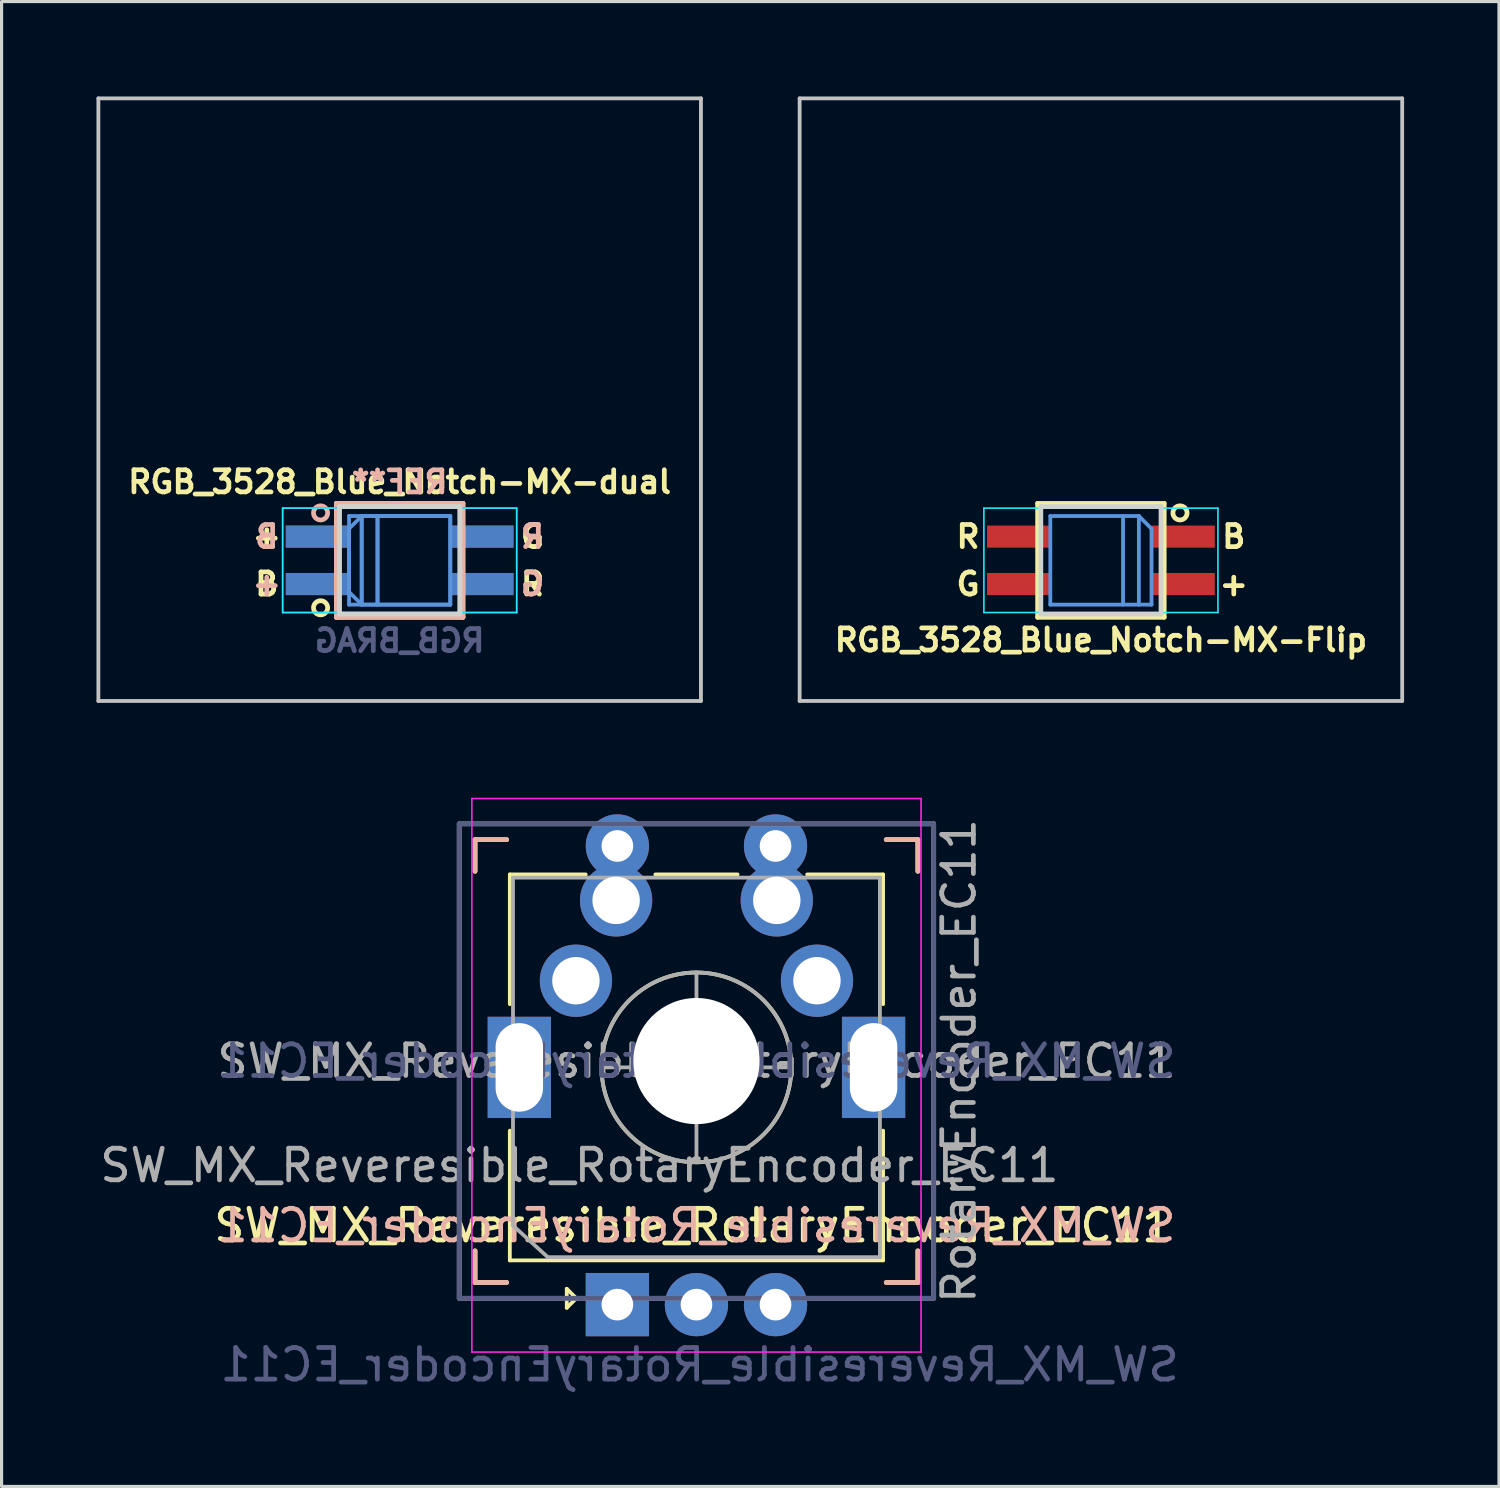
<source format=kicad_pcb>
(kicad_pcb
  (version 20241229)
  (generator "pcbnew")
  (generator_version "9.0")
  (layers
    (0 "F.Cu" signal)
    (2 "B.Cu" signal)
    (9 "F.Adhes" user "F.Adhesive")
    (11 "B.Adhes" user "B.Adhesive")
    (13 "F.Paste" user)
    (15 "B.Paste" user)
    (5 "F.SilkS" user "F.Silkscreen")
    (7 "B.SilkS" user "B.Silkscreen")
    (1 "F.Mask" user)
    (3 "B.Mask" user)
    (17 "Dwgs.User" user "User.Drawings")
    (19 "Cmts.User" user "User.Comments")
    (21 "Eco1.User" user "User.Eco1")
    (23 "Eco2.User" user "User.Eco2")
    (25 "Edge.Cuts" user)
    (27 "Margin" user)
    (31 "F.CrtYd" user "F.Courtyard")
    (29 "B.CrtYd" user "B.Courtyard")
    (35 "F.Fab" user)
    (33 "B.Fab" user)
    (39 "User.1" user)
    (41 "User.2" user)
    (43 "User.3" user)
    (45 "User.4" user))
  (footprint "SW_MX_Reveresible_RotaryEncoder_EC11"
    (layer "F.Cu")
    (at 18.968 30.495)
    (property "Reference" "SW_MX_Reveresible_RotaryEncoder_EC11" (at -0.1 5.2 0) (layer "F.SilkS") (effects (font (size 1 1) (thickness 0.15))))
    (property "Value" "SW_MX_Reveresible_RotaryEncoder_EC11" (at 0 9.6 0) (layer "F.Fab") (hide yes) (effects (font (size 1 1) (thickness 0.15))))
    (attr through_hole)
    (fp_line (start -7 -7) (end -6 -7) (stroke (width 0.15) (type solid)) (layer "F.SilkS"))
    (fp_line (start -7 -6) (end -7 -7) (stroke (width 0.15) (type solid)) (layer "F.SilkS"))
    (fp_line (start -7 7) (end -7 6) (stroke (width 0.15) (type solid)) (layer "F.SilkS"))
    (fp_line (start -6 7) (end -7 7) (stroke (width 0.15) (type solid)) (layer "F.SilkS"))
    (fp_line (start -5.9 -5.9) (end -3.5 -5.9) (stroke (width 0.12) (type solid)) (layer "F.SilkS"))
    (fp_line (start -5.9 -1.8) (end -5.9 -5.9) (stroke (width 0.12) (type solid)) (layer "F.SilkS"))
    (fp_line (start -5.9 2.2) (end -5.9 6.3) (stroke (width 0.12) (type solid)) (layer "F.SilkS"))
    (fp_line (start -5.9 6.3) (end 5.9 6.3) (stroke (width 0.12) (type solid)) (layer "F.SilkS"))
    (fp_line (start -4.1 7.2) (end -3.8 7.5) (stroke (width 0.12) (type solid)) (layer "F.SilkS"))
    (fp_line (start -4.1 7.8) (end -4.1 7.2) (stroke (width 0.12) (type solid)) (layer "F.SilkS"))
    (fp_line (start -3.8 7.5) (end -4.1 7.8) (stroke (width 0.12) (type solid)) (layer "F.SilkS"))
    (fp_line (start -1.3 -5.9) (end 1.3 -5.9) (stroke (width 0.12) (type solid)) (layer "F.SilkS"))
    (fp_line (start -0.5 0.2) (end 0.5 0.2) (stroke (width 0.12) (type solid)) (layer "F.SilkS"))
    (fp_line (start 0 0.7) (end 0 -0.3) (stroke (width 0.12) (type solid)) (layer "F.SilkS"))
    (fp_line (start 3.5 -5.9) (end 5.9 -5.9) (stroke (width 0.12) (type solid)) (layer "F.SilkS"))
    (fp_line (start 5.9 -5.9) (end 5.9 -1.8) (stroke (width 0.12) (type solid)) (layer "F.SilkS"))
    (fp_line (start 5.9 2.2) (end 5.9 6.3) (stroke (width 0.12) (type solid)) (layer "F.SilkS"))
    (fp_line (start 6 -7) (end 7 -7) (stroke (width 0.15) (type solid)) (layer "F.SilkS"))
    (fp_line (start 7 -7) (end 7 -6) (stroke (width 0.15) (type solid)) (layer "F.SilkS"))
    (fp_line (start 7 6) (end 7 7) (stroke (width 0.15) (type solid)) (layer "F.SilkS"))
    (fp_line (start 7 7) (end 6 7) (stroke (width 0.15) (type solid)) (layer "F.SilkS"))
    (fp_circle (center 0 0.2) (end 0 -2.8) (stroke (width 0.12) (type solid)) (fill no) (layer "F.SilkS"))
    (fp_line (start -7 -7) (end -6 -7) (stroke (width 0.15) (type solid)) (layer "B.SilkS"))
    (fp_line (start -7 -6) (end -7 -7) (stroke (width 0.15) (type solid)) (layer "B.SilkS"))
    (fp_line (start -7 7) (end -7 6) (stroke (width 0.15) (type solid)) (layer "B.SilkS"))
    (fp_line (start -6 7) (end -7 7) (stroke (width 0.15) (type solid)) (layer "B.SilkS"))
    (fp_line (start 6 -7) (end 7 -7) (stroke (width 0.15) (type solid)) (layer "B.SilkS"))
    (fp_line (start 7 -7) (end 7 -6) (stroke (width 0.15) (type solid)) (layer "B.SilkS"))
    (fp_line (start 7 6) (end 7 7) (stroke (width 0.15) (type solid)) (layer "B.SilkS"))
    (fp_line (start 7 7) (end 6 7) (stroke (width 0.15) (type solid)) (layer "B.SilkS"))
    (fp_line (start -6.9 6.9) (end -6.9 -6.9) (stroke (width 0.15) (type solid)) (layer "Eco2.User"))
    (fp_line (start -6.9 6.9) (end 6.9 6.9) (stroke (width 0.15) (type solid)) (layer "Eco2.User"))
    (fp_line (start 6.9 -6.9) (end -6.9 -6.9) (stroke (width 0.15) (type solid)) (layer "Eco2.User"))
    (fp_line (start 6.9 -6.9) (end 6.9 6.9) (stroke (width 0.15) (type solid)) (layer "Eco2.User"))
    (fp_line (start -7.1 9.2) (end -7.1 -8.3) (stroke (width 0.05) (type solid)) (layer "F.CrtYd"))
    (fp_line (start -7.1 9.2) (end 7.1 9.2) (stroke (width 0.05) (type solid)) (layer "F.CrtYd"))
    (fp_line (start 7.1 -8.3) (end -7.1 -8.3) (stroke (width 0.05) (type solid)) (layer "F.CrtYd"))
    (fp_line (start 7.1 -8.3) (end 7.1 9.2) (stroke (width 0.05) (type solid)) (layer "F.CrtYd"))
    (fp_line (start -7.5 -7.5) (end 7.5 -7.5) (stroke (width 0.15) (type solid)) (layer "B.Fab"))
    (fp_line (start -7.5 7.5) (end -7.5 -7.5) (stroke (width 0.15) (type solid)) (layer "B.Fab"))
    (fp_line (start 7.5 -7.5) (end 7.5 7.5) (stroke (width 0.15) (type solid)) (layer "B.Fab"))
    (fp_line (start 7.5 7.5) (end -7.5 7.5) (stroke (width 0.15) (type solid)) (layer "B.Fab"))
    (fp_line (start -7.5 -7.5) (end 7.5 -7.5) (stroke (width 0.15) (type solid)) (layer "F.Fab"))
    (fp_line (start -7.5 7.5) (end -7.5 -7.5) (stroke (width 0.15) (type solid)) (layer "F.Fab"))
    (fp_line (start -5.8 -5.8) (end 5.8 -5.8) (stroke (width 0.12) (type solid)) (layer "F.Fab"))
    (fp_line (start -5.8 5.2) (end -5.8 -5.8) (stroke (width 0.12) (type solid)) (layer "F.Fab"))
    (fp_line (start -4.7 6.2) (end -5.8 5.2) (stroke (width 0.12) (type solid)) (layer "F.Fab"))
    (fp_line (start -3 0.2) (end 3 0.2) (stroke (width 0.12) (type solid)) (layer "F.Fab"))
    (fp_line (start 0 3.2) (end 0 -2.8) (stroke (width 0.12) (type solid)) (layer "F.Fab"))
    (fp_line (start 5.8 -5.8) (end 5.8 6.2) (stroke (width 0.12) (type solid)) (layer "F.Fab"))
    (fp_line (start 5.8 6.2) (end -4.7 6.2) (stroke (width 0.12) (type solid)) (layer "F.Fab"))
    (fp_line (start 7.5 -7.5) (end 7.5 7.5) (stroke (width 0.15) (type solid)) (layer "F.Fab"))
    (fp_line (start 7.5 7.5) (end -7.5 7.5) (stroke (width 0.15) (type solid)) (layer "F.Fab"))
    (fp_circle (center 0 0.2) (end 0 -2.8) (stroke (width 0.12) (type solid)) (fill no) (layer "F.Fab"))
    (fp_text user "${REFERENCE}" (at 0 5.2 0) (layer "B.SilkS") (effects (font (size 1 1) (thickness 0.15)) (justify mirror)))
    (fp_text user "${VALUE}" (at 0.1 9.6 0) (layer "B.Fab") (effects (font (size 1 1) (thickness 0.15)) (justify mirror)))
    (fp_text user "${REFERENCE}" (at 0 0 0) (layer "B.Fab") (effects (font (size 1 1) (thickness 0.15)) (justify mirror)))
    (fp_text user "${REFERENCE}" (at -3.7 3.3 180) (layer "F.Fab") (effects (font (size 1 1) (thickness 0.15))))
    (fp_text user "${REFERENCE}" (at 0 0 0) (layer "F.Fab") (effects (font (size 1 1) (thickness 0.15))))
    (fp_text user "RotaryEncoder_EC11" (at 8.3 0 90) (layer "F.Fab") (effects (font (size 1 1) (thickness 0.15))))
    (pad "" np_thru_hole rect (at -5.6 0.2 90) (size 3.2 2) (drill oval 2.8 1.5) (layers "*.Cu" "*.Mask"))
    (pad "" np_thru_hole circle (at 0 0) (size 3.988 3.988) (drill 3.988) (layers "*.Cu" "*.Mask"))
    (pad "" np_thru_hole rect (at 5.6 0.2 90) (size 3.2 2) (drill oval 2.8 1.5) (layers "*.Cu" "*.Mask"))
    (pad "1" thru_hole circle (at -3.81 -2.54) (size 2.286 2.286) (drill 1.499) (layers "*.Cu" "*.Mask"))
    (pad "1" thru_hole circle (at -2.54 -5.08) (size 2.286 2.286) (drill 1.499) (layers "*.Cu" "*.Mask"))
    (pad "1" thru_hole circle (at -2.5 -6.8 90) (size 2 2) (drill 1) (layers "*.Cu" "*.Mask"))
    (pad "2" thru_hole circle (at 2.5 -6.8 90) (size 2 2) (drill 1) (layers "*.Cu" "*.Mask"))
    (pad "2" thru_hole circle (at 2.54 -5.08) (size 2.286 2.286) (drill 1.499) (layers "*.Cu" "*.Mask"))
    (pad "2" thru_hole circle (at 3.81 -2.54) (size 2.286 2.286) (drill 1.499) (layers "*.Cu" "*.Mask"))
    (pad "A" thru_hole rect (at -2.5 7.7 90) (size 2 2) (drill 1) (layers "*.Cu" "*.Mask"))
    (pad "B" thru_hole circle (at 2.5 7.7 90) (size 2 2) (drill 1) (layers "*.Cu" "*.Mask"))
    (pad "C" thru_hole circle (at 0 7.7 90) (size 2 2) (drill 1) (layers "*.Cu" "*.Mask")))
  (footprint "RGB_3528_Blue_Notch-MX-Flip"
    (layer "F.Cu")
    (at 31.755 9.585)
    (property "Reference" "RGB_3528_Blue_Notch-MX-Flip" (at 0 7.6 0) (layer "F.SilkS") (effects (font (size 0.7 0.7) (thickness 0.15))))
    (attr smd)
    (fp_line (start -2 3.28) (end 2 3.28) (stroke (width 0.15) (type solid)) (layer "F.SilkS"))
    (fp_line (start -2 6.88) (end -2 3.28) (stroke (width 0.15) (type solid)) (layer "F.SilkS"))
    (fp_line (start 2 3.28) (end 2 6.88) (stroke (width 0.15) (type solid)) (layer "F.SilkS"))
    (fp_line (start 2 6.88) (end -2 6.88) (stroke (width 0.15) (type solid)) (layer "F.SilkS"))
    (fp_circle (center 2.5 3.58) (end 2.6 3.78) (stroke (width 0.15) (type solid)) (fill no) (layer "F.SilkS"))
    (fp_line (start -9.525 -9.525) (end -9.525 9.525) (stroke (width 0.12) (type solid)) (layer "Dwgs.User"))
    (fp_line (start 9.525 -9.525) (end -9.525 -9.525) (stroke (width 0.12) (type solid)) (layer "Dwgs.User"))
    (fp_line (start 9.525 -9.525) (end 9.525 9.525) (stroke (width 0.12) (type solid)) (layer "Dwgs.User"))
    (fp_line (start 9.525 9.525) (end -9.525 9.525) (stroke (width 0.12) (type solid)) (layer "Dwgs.User"))
    (fp_line (start -1.6 3.68) (end -1.6 6.48) (stroke (width 0.12) (type solid)) (layer "Cmts.User"))
    (fp_line (start -1.6 6.48) (end 1.6 6.48) (stroke (width 0.12) (type solid)) (layer "Cmts.User"))
    (fp_line (start 0.7 6.48) (end 0.7 3.68) (stroke (width 0.12) (type solid)) (layer "Cmts.User"))
    (fp_line (start 1.2 3.68) (end -1.6 3.68) (stroke (width 0.12) (type solid)) (layer "Cmts.User"))
    (fp_line (start 1.2 3.68) (end 1.2 6.48) (stroke (width 0.12) (type solid)) (layer "Cmts.User"))
    (fp_line (start 1.6 4.08) (end 1.2 3.68) (stroke (width 0.12) (type solid)) (layer "Cmts.User"))
    (fp_line (start 1.6 6.48) (end 1.6 4.08) (stroke (width 0.12) (type solid)) (layer "Cmts.User"))
    (fp_line (start -1.9 3.38) (end 1.9 3.38) (stroke (width 0.15) (type solid)) (layer "Edge.Cuts"))
    (fp_line (start -1.9 6.78) (end -1.9 3.38) (stroke (width 0.15) (type solid)) (layer "Edge.Cuts"))
    (fp_line (start -1.9 6.78) (end 1.9 6.78) (stroke (width 0.15) (type solid)) (layer "Edge.Cuts"))
    (fp_line (start 1.9 6.78) (end 1.9 3.38) (stroke (width 0.15) (type solid)) (layer "Edge.Cuts"))
    (fp_line (start -3.7 3.43) (end 3.7 3.43) (stroke (width 0.05) (type solid)) (layer "B.CrtYd"))
    (fp_line (start -3.7 6.73) (end -3.7 3.43) (stroke (width 0.05) (type solid)) (layer "B.CrtYd"))
    (fp_line (start 3.7 3.43) (end 3.7 6.73) (stroke (width 0.05) (type solid)) (layer "B.CrtYd"))
    (fp_line (start 3.7 6.73) (end -3.7 6.73) (stroke (width 0.05) (type solid)) (layer "B.CrtYd"))
    (fp_text user "G" (at -4.2 5.83 0) (layer "F.SilkS") (effects (font (size 0.7 0.7) (thickness 0.15))))
    (fp_text user "+" (at 4.2 5.83 0) (layer "F.SilkS") (effects (font (size 0.7 0.7) (thickness 0.15))))
    (fp_text user "B" (at 4.2 4.33 0) (layer "F.SilkS") (effects (font (size 0.7 0.7) (thickness 0.15))))
    (fp_text user "R" (at -4.2 4.33 0) (layer "F.SilkS") (effects (font (size 0.7 0.7) (thickness 0.15))))
    (pad "1" smd rect (at 2.6 4.33) (size 2 0.7) (layers "F.Cu" "F.Mask" "F.Paste"))
    (pad "2" smd rect (at -2.6 4.33) (size 2 0.7) (layers "F.Cu" "F.Mask" "F.Paste"))
    (pad "3" smd rect (at 2.6 5.83) (size 2 0.7) (layers "F.Cu" "F.Mask" "F.Paste"))
    (pad "4" smd rect (at -2.6 5.83) (size 2 0.7) (layers "F.Cu" "F.Mask" "F.Paste")))
  (footprint "RGB_3528_Blue_Notch-MX-dual"
    (layer "F.Cu")
    (at 9.585 9.585)
    (property "Reference" "RGB_3528_Blue_Notch-MX-dual" (at 0 2.6 180) (layer "F.SilkS") (effects (font (size 0.7 0.7) (thickness 0.15))))
    (attr smd)
    (fp_line (start -2 3.28) (end 2 3.28) (stroke (width 0.15) (type solid)) (layer "F.SilkS"))
    (fp_line (start -2 6.88) (end -2 3.28) (stroke (width 0.15) (type solid)) (layer "F.SilkS"))
    (fp_line (start 2 3.28) (end 2 6.88) (stroke (width 0.15) (type solid)) (layer "F.SilkS"))
    (fp_line (start 2 6.88) (end -2 6.88) (stroke (width 0.15) (type solid)) (layer "F.SilkS"))
    (fp_circle (center -2.5 6.58) (end -2.6 6.38) (stroke (width 0.15) (type solid)) (fill no) (layer "F.SilkS"))
    (fp_line (start -2 3.28) (end -2 6.88) (stroke (width 0.15) (type solid)) (layer "B.SilkS"))
    (fp_line (start -2 6.88) (end 2 6.88) (stroke (width 0.15) (type solid)) (layer "B.SilkS"))
    (fp_line (start 2 3.28) (end -2 3.28) (stroke (width 0.15) (type solid)) (layer "B.SilkS"))
    (fp_line (start 2 6.88) (end 2 3.28) (stroke (width 0.15) (type solid)) (layer "B.SilkS"))
    (fp_circle (center -2.5 3.58) (end -2.6 3.78) (stroke (width 0.15) (type solid)) (fill no) (layer "B.SilkS"))
    (fp_line (start -9.525 -9.525) (end -9.525 9.525) (stroke (width 0.12) (type solid)) (layer "Dwgs.User"))
    (fp_line (start 9.525 -9.525) (end -9.525 -9.525) (stroke (width 0.12) (type solid)) (layer "Dwgs.User"))
    (fp_line (start 9.525 -9.525) (end 9.525 9.525) (stroke (width 0.12) (type solid)) (layer "Dwgs.User"))
    (fp_line (start 9.525 9.525) (end -9.525 9.525) (stroke (width 0.12) (type solid)) (layer "Dwgs.User"))
    (fp_line (start -1.6 3.68) (end -1.6 6.08) (stroke (width 0.12) (type solid)) (layer "Cmts.User"))
    (fp_line (start -1.6 4.08) (end -1.2 3.68) (stroke (width 0.12) (type solid)) (layer "Cmts.User"))
    (fp_line (start -1.6 6.08) (end -1.2 6.48) (stroke (width 0.12) (type solid)) (layer "Cmts.User"))
    (fp_line (start -1.6 6.48) (end -1.6 4.08) (stroke (width 0.12) (type solid)) (layer "Cmts.User"))
    (fp_line (start -1.2 3.68) (end -1.2 6.48) (stroke (width 0.12) (type solid)) (layer "Cmts.User"))
    (fp_line (start -1.2 3.68) (end 1.6 3.68) (stroke (width 0.12) (type solid)) (layer "Cmts.User"))
    (fp_line (start -1.2 6.48) (end -1.2 3.68) (stroke (width 0.12) (type solid)) (layer "Cmts.User"))
    (fp_line (start -1.2 6.48) (end 1.6 6.48) (stroke (width 0.12) (type solid)) (layer "Cmts.User"))
    (fp_line (start -0.7 3.68) (end -0.7 6.48) (stroke (width 0.12) (type solid)) (layer "Cmts.User"))
    (fp_line (start -0.7 6.48) (end -0.7 3.68) (stroke (width 0.12) (type solid)) (layer "Cmts.User"))
    (fp_line (start 1.6 3.68) (end -1.6 3.68) (stroke (width 0.12) (type solid)) (layer "Cmts.User"))
    (fp_line (start 1.6 3.68) (end 1.6 6.48) (stroke (width 0.12) (type solid)) (layer "Cmts.User"))
    (fp_line (start 1.6 6.48) (end -1.6 6.48) (stroke (width 0.12) (type solid)) (layer "Cmts.User"))
    (fp_line (start 1.6 6.48) (end 1.6 3.68) (stroke (width 0.12) (type solid)) (layer "Cmts.User"))
    (fp_line (start -1.9 3.38) (end -1.9 6.78) (stroke (width 0.15) (type solid)) (layer "Edge.Cuts"))
    (fp_line (start 1.9 3.38) (end -1.9 3.38) (stroke (width 0.15) (type solid)) (layer "Edge.Cuts"))
    (fp_line (start 1.9 3.38) (end 1.9 6.78) (stroke (width 0.15) (type solid)) (layer "Edge.Cuts"))
    (fp_line (start 1.9 6.78) (end -1.9 6.78) (stroke (width 0.15) (type solid)) (layer "Edge.Cuts"))
    (fp_line (start -3.7 3.43) (end 3.7 3.43) (stroke (width 0.05) (type solid)) (layer "B.CrtYd"))
    (fp_line (start -3.7 6.73) (end -3.7 3.43) (stroke (width 0.05) (type solid)) (layer "B.CrtYd"))
    (fp_line (start 3.7 3.43) (end 3.7 6.73) (stroke (width 0.05) (type solid)) (layer "B.CrtYd"))
    (fp_line (start 3.7 6.73) (end -3.7 6.73) (stroke (width 0.05) (type solid)) (layer "B.CrtYd"))
    (fp_line (start -3.7 3.43) (end -3.7 6.73) (stroke (width 0.05) (type solid)) (layer "F.CrtYd"))
    (fp_line (start -3.7 6.73) (end 3.7 6.73) (stroke (width 0.05) (type solid)) (layer "F.CrtYd"))
    (fp_line (start 3.7 3.43) (end -3.7 3.43) (stroke (width 0.05) (type solid)) (layer "F.CrtYd"))
    (fp_line (start 3.7 6.73) (end 3.7 3.43) (stroke (width 0.05) (type solid)) (layer "F.CrtYd"))
    (fp_text user "B" (at -4.2 5.83 180) (layer "F.SilkS") (effects (font (size 0.7 0.7) (thickness 0.15))))
    (fp_text user "+" (at -4.2 4.33 180) (layer "F.SilkS") (effects (font (size 0.7 0.7) (thickness 0.15))))
    (fp_text user "R" (at 4.2 5.83 180) (layer "F.SilkS") (effects (font (size 0.7 0.7) (thickness 0.15))))
    (fp_text user "G" (at 4.2 4.33 180) (layer "F.SilkS") (effects (font (size 0.7 0.7) (thickness 0.15))))
    (fp_text user "REF**" (at 0 2.603 180) (layer "B.SilkS") (effects (font (size 0.7 0.7) (thickness 0.15)) (justify mirror)))
    (fp_text user "G" (at 4.2 5.83 180) (layer "B.SilkS") (effects (font (size 0.7 0.7) (thickness 0.15)) (justify mirror)))
    (fp_text user "R" (at 4.2 4.33 180) (layer "B.SilkS") (effects (font (size 0.7 0.7) (thickness 0.15)) (justify mirror)))
    (fp_text user "+" (at -4.2 5.83 180) (layer "B.SilkS") (effects (font (size 0.7 0.7) (thickness 0.15)) (justify mirror)))
    (fp_text user "B" (at -4.2 4.33 180) (layer "B.SilkS") (effects (font (size 0.7 0.7) (thickness 0.15)) (justify mirror)))
    (fp_text user "RGB_BRAG" (at 0 7.62 180) (layer "B.Fab") (effects (font (size 0.7 0.7) (thickness 0.15)) (justify mirror)))
    (pad "1" smd rect (at -2.6 4.33 180) (size 2 0.7) (layers "B.Cu" "B.Mask" "B.Paste"))
    (pad "1" smd rect (at -2.6 5.83 180) (size 2 0.7) (layers "F.Cu" "F.Mask" "F.Paste"))
    (pad "2" smd rect (at 2.6 4.33 180) (size 2 0.7) (layers "B.Cu" "B.Mask" "B.Paste"))
    (pad "2" smd rect (at 2.6 5.83 180) (size 2 0.7) (layers "F.Cu" "F.Mask" "F.Paste"))
    (pad "3" smd rect (at -2.6 4.33 180) (size 2 0.7) (layers "F.Cu" "F.Mask" "F.Paste"))
    (pad "3" smd rect (at -2.6 5.83 180) (size 2 0.7) (layers "B.Cu" "B.Mask" "B.Paste"))
    (pad "4" smd rect (at 2.6 4.33 180) (size 2 0.7) (layers "F.Cu" "F.Mask" "F.Paste"))
    (pad "4" smd rect (at 2.6 5.83 180) (size 2 0.7) (layers "B.Cu" "B.Mask" "B.Paste")))
  (gr_rect
    (start -3 -3)
    (end 44.34 43.943)
    (stroke (width 0.1) (type default))
    (fill no)
    (layer "Edge.Cuts")))
</source>
